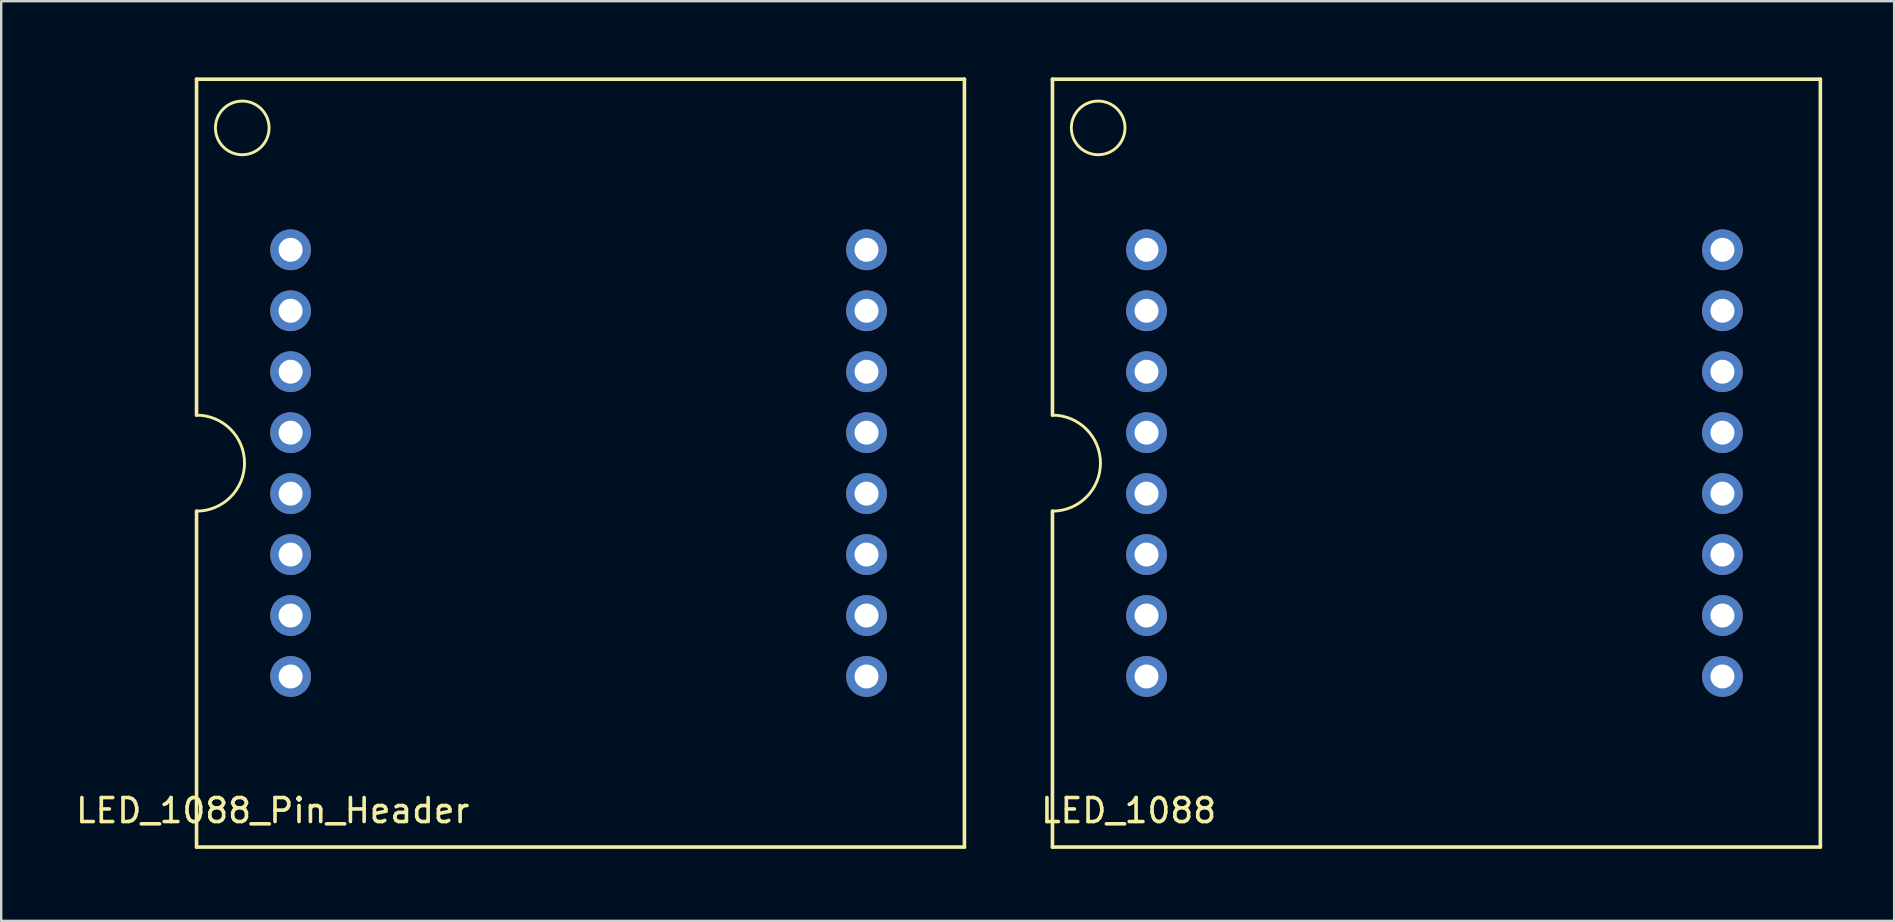
<source format=kicad_pcb>
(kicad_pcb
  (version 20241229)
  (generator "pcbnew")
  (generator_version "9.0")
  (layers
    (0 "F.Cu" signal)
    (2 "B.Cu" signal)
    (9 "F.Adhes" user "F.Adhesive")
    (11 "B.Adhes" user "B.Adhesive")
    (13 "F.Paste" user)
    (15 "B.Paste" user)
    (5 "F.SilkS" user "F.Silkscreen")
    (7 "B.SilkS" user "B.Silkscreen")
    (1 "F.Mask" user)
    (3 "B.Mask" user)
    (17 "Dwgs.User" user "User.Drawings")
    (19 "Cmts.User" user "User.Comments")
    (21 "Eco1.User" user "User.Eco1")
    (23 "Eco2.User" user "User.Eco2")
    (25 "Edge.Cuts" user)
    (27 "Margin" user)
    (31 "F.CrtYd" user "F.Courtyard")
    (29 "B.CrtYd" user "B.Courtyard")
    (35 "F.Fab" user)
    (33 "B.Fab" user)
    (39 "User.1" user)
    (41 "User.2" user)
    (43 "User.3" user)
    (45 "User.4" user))
  (footprint "LED_1088"
    (layer "F.Cu")
    (at 40.808 0.25)
    (property "Reference" "LED_1088" (at 3.175 30.48 0) (layer "F.SilkS") (effects (font (size 1 1) (thickness 0.15))))
    (attr through_hole)
    (fp_line (start 0 0) (end 0 14) (stroke (width 0.15) (type solid)) (layer "F.SilkS"))
    (fp_line (start 0 18) (end 0 32) (stroke (width 0.15) (type solid)) (layer "F.SilkS"))
    (fp_line (start 0 32) (end 32 32) (stroke (width 0.15) (type solid)) (layer "F.SilkS"))
    (fp_line (start 32 0) (end 0 0) (stroke (width 0.15) (type solid)) (layer "F.SilkS"))
    (fp_line (start 32 32) (end 32 0) (stroke (width 0.15) (type solid)) (layer "F.SilkS"))
    (fp_arc (start 0 14) (mid 1.414214 14.585786) (end 2 16) (stroke (width 0.12) (type solid)) (layer "F.SilkS"))
    (fp_arc (start 2 16) (mid 1.414214 17.414214) (end 0 18) (stroke (width 0.12) (type solid)) (layer "F.SilkS"))
    (fp_circle (center 1.905 2.03) (end 1.905 0.912) (stroke (width 0.12) (type solid)) (fill no) (layer "F.SilkS"))
    (pad "1" thru_hole circle (at 3.92 7.11 270) (size 1.7 1.7) (drill 1) (layers "*.Cu" "*.Mask"))
    (pad "2" thru_hole circle (at 3.92 9.65 270) (size 1.7 1.7) (drill 1) (layers "*.Cu" "*.Mask"))
    (pad "3" thru_hole circle (at 3.92 12.19 270) (size 1.7 1.7) (drill 1) (layers "*.Cu" "*.Mask"))
    (pad "4" thru_hole circle (at 3.92 14.73 270) (size 1.7 1.7) (drill 1) (layers "*.Cu" "*.Mask"))
    (pad "5" thru_hole circle (at 3.92 17.27 270) (size 1.7 1.7) (drill 1) (layers "*.Cu" "*.Mask"))
    (pad "6" thru_hole circle (at 3.92 19.81 270) (size 1.7 1.7) (drill 1) (layers "*.Cu" "*.Mask"))
    (pad "7" thru_hole circle (at 3.92 22.35 270) (size 1.7 1.7) (drill 1) (layers "*.Cu" "*.Mask"))
    (pad "8" thru_hole circle (at 3.92 24.89 270) (size 1.7 1.7) (drill 1) (layers "*.Cu" "*.Mask"))
    (pad "9" thru_hole circle (at 27.92 24.89 270) (size 1.7 1.7) (drill 1) (layers "*.Cu" "*.Mask"))
    (pad "10" thru_hole circle (at 27.92 22.35 270) (size 1.7 1.7) (drill 1) (layers "*.Cu" "*.Mask"))
    (pad "11" thru_hole circle (at 27.92 19.81 270) (size 1.7 1.7) (drill 1) (layers "*.Cu" "*.Mask"))
    (pad "12" thru_hole circle (at 27.92 17.27 270) (size 1.7 1.7) (drill 1) (layers "*.Cu" "*.Mask"))
    (pad "13" thru_hole circle (at 27.92 14.73 270) (size 1.7 1.7) (drill 1) (layers "*.Cu" "*.Mask"))
    (pad "14" thru_hole circle (at 27.92 12.19 270) (size 1.7 1.7) (drill 1) (layers "*.Cu" "*.Mask"))
    (pad "15" thru_hole circle (at 27.92 9.65 270) (size 1.7 1.7) (drill 1) (layers "*.Cu" "*.Mask"))
    (pad "16" thru_hole circle (at 27.92 7.11 270) (size 1.7 1.7) (drill 1) (layers "*.Cu" "*.Mask")))
  (footprint "LED_1088_Pin_Header"
    (layer "F.Cu")
    (at 5.14 0.25)
    (property "Reference" "LED_1088_Pin_Header" (at 3.175 30.48 0) (layer "F.SilkS") (effects (font (size 1 1) (thickness 0.15))))
    (attr through_hole)
    (fp_line (start 0 0) (end 0 14) (stroke (width 0.15) (type solid)) (layer "F.SilkS"))
    (fp_line (start 0 18) (end 0 32) (stroke (width 0.15) (type solid)) (layer "F.SilkS"))
    (fp_line (start 0 32) (end 32 32) (stroke (width 0.15) (type solid)) (layer "F.SilkS"))
    (fp_line (start 32 0) (end 0 0) (stroke (width 0.15) (type solid)) (layer "F.SilkS"))
    (fp_line (start 32 32) (end 32 0) (stroke (width 0.15) (type solid)) (layer "F.SilkS"))
    (fp_arc (start 0 14) (mid 1.414214 14.585786) (end 2 16) (stroke (width 0.12) (type solid)) (layer "F.SilkS"))
    (fp_arc (start 2 16) (mid 1.414214 17.414214) (end 0 18) (stroke (width 0.12) (type solid)) (layer "F.SilkS"))
    (fp_circle (center 1.905 2.03) (end 1.905 0.912) (stroke (width 0.12) (type solid)) (fill no) (layer "F.SilkS"))
    (pad "1" thru_hole circle (at 3.92 7.11 270) (size 1.7 1.7) (drill 1) (layers "*.Cu" "*.Mask"))
    (pad "2" thru_hole circle (at 3.92 9.65 270) (size 1.7 1.7) (drill 1) (layers "*.Cu" "*.Mask"))
    (pad "3" thru_hole circle (at 3.92 12.19 270) (size 1.7 1.7) (drill 1) (layers "*.Cu" "*.Mask"))
    (pad "4" thru_hole circle (at 3.92 14.73 270) (size 1.7 1.7) (drill 1) (layers "*.Cu" "*.Mask"))
    (pad "5" thru_hole circle (at 3.92 17.27 270) (size 1.7 1.7) (drill 1) (layers "*.Cu" "*.Mask"))
    (pad "6" thru_hole circle (at 3.92 19.81 270) (size 1.7 1.7) (drill 1) (layers "*.Cu" "*.Mask"))
    (pad "7" thru_hole circle (at 3.92 22.35 270) (size 1.7 1.7) (drill 1) (layers "*.Cu" "*.Mask"))
    (pad "8" thru_hole circle (at 3.92 24.89 270) (size 1.7 1.7) (drill 1) (layers "*.Cu" "*.Mask"))
    (pad "9" thru_hole circle (at 27.92 24.89 270) (size 1.7 1.7) (drill 1) (layers "*.Cu" "*.Mask"))
    (pad "10" thru_hole circle (at 27.92 22.35 270) (size 1.7 1.7) (drill 1) (layers "*.Cu" "*.Mask"))
    (pad "11" thru_hole circle (at 27.92 19.81 270) (size 1.7 1.7) (drill 1) (layers "*.Cu" "*.Mask"))
    (pad "12" thru_hole circle (at 27.92 17.27 270) (size 1.7 1.7) (drill 1) (layers "*.Cu" "*.Mask"))
    (pad "13" thru_hole circle (at 27.92 14.73 270) (size 1.7 1.7) (drill 1) (layers "*.Cu" "*.Mask"))
    (pad "14" thru_hole circle (at 27.92 12.19 270) (size 1.7 1.7) (drill 1) (layers "*.Cu" "*.Mask"))
    (pad "15" thru_hole circle (at 27.92 9.65 270) (size 1.7 1.7) (drill 1) (layers "*.Cu" "*.Mask"))
    (pad "16" thru_hole circle (at 27.92 7.11 270) (size 1.7 1.7) (drill 1) (layers "*.Cu" "*.Mask")))
  (gr_rect
    (start -3 -3)
    (end 75.883 35.325)
    (stroke (width 0.1) (type default))
    (fill no)
    (layer "Edge.Cuts")))
</source>
